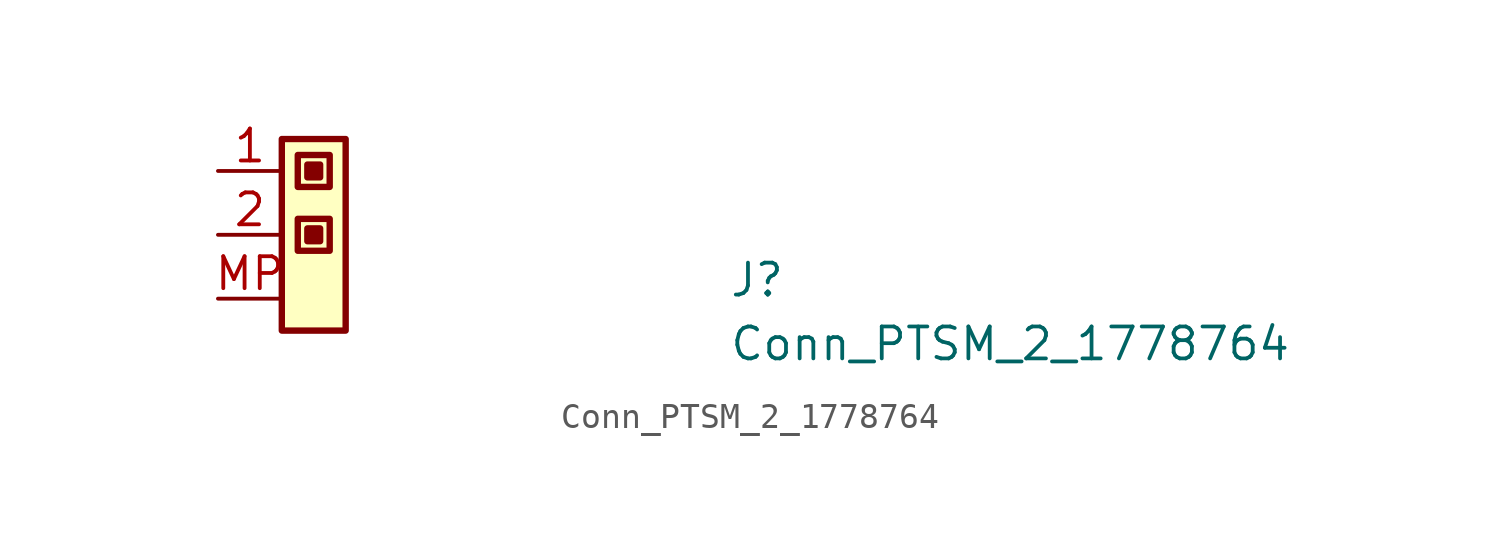
<source format=kicad_sym>
(kicad_symbol_lib
  (version 20211014)
  (generator kicad_symbol_editor)
  (symbol "Conn_PTSM_2_1778764"
    (property "Reference" "J"
      (at 20.32 -5.08 0)
      (effects (font (size 1.27 1.27) (thickness 0.15)) (justify left bottom)))
    (property "Value" "Conn_PTSM_2_1778764"
      (at 20.32 -7.62 0)
      (effects (font (size 1.27 1.27) (thickness 0.15)) (justify left bottom)))
    (symbol "Conn_PTSM_2_1778764_1_1"
      (rectangle (start 2.54 1.27) (end 5.08 -6.35) (stroke (width 0.254) (type default) (color 0 0 0 0)) (fill (type background)))
      (rectangle (start 3.175 -1.905) (end 4.445 -3.175) (stroke (width 0.254) (type default) (color 0 0 0 0)) (fill (type background)))
      (rectangle (start 3.175 0.635) (end 4.445 -0.635) (stroke (width 0.254) (type default) (color 0 0 0 0)) (fill (type background)))
      (rectangle (start 3.556 -2.286) (end 4.064 -2.794) (stroke (width 0.254) (type default) (color 0 0 0 0)) (fill (type outline)))
      (rectangle (start 3.556 0.254) (end 4.064 -0.254) (stroke (width 0.254) (type default) (color 0 0 0 0)) (fill (type outline)))
      (pin input line (at 0 0 0) (length 2.54) (name "~" (effects (font (size 1.27 1.27)))) (number "1" (effects (font (size 1.27 1.27)))))
      (pin input line (at 0 -2.54 0) (length 2.54) (name "~" (effects (font (size 1.27 1.27)))) (number "2" (effects (font (size 1.27 1.27)))))
      (pin input line (at 0 -5.08 0) (length 2.54) (name "~" (effects (font (size 1.27 1.27)))) (number "MP" (effects (font (size 1.27 1.27))))))))
</source>
